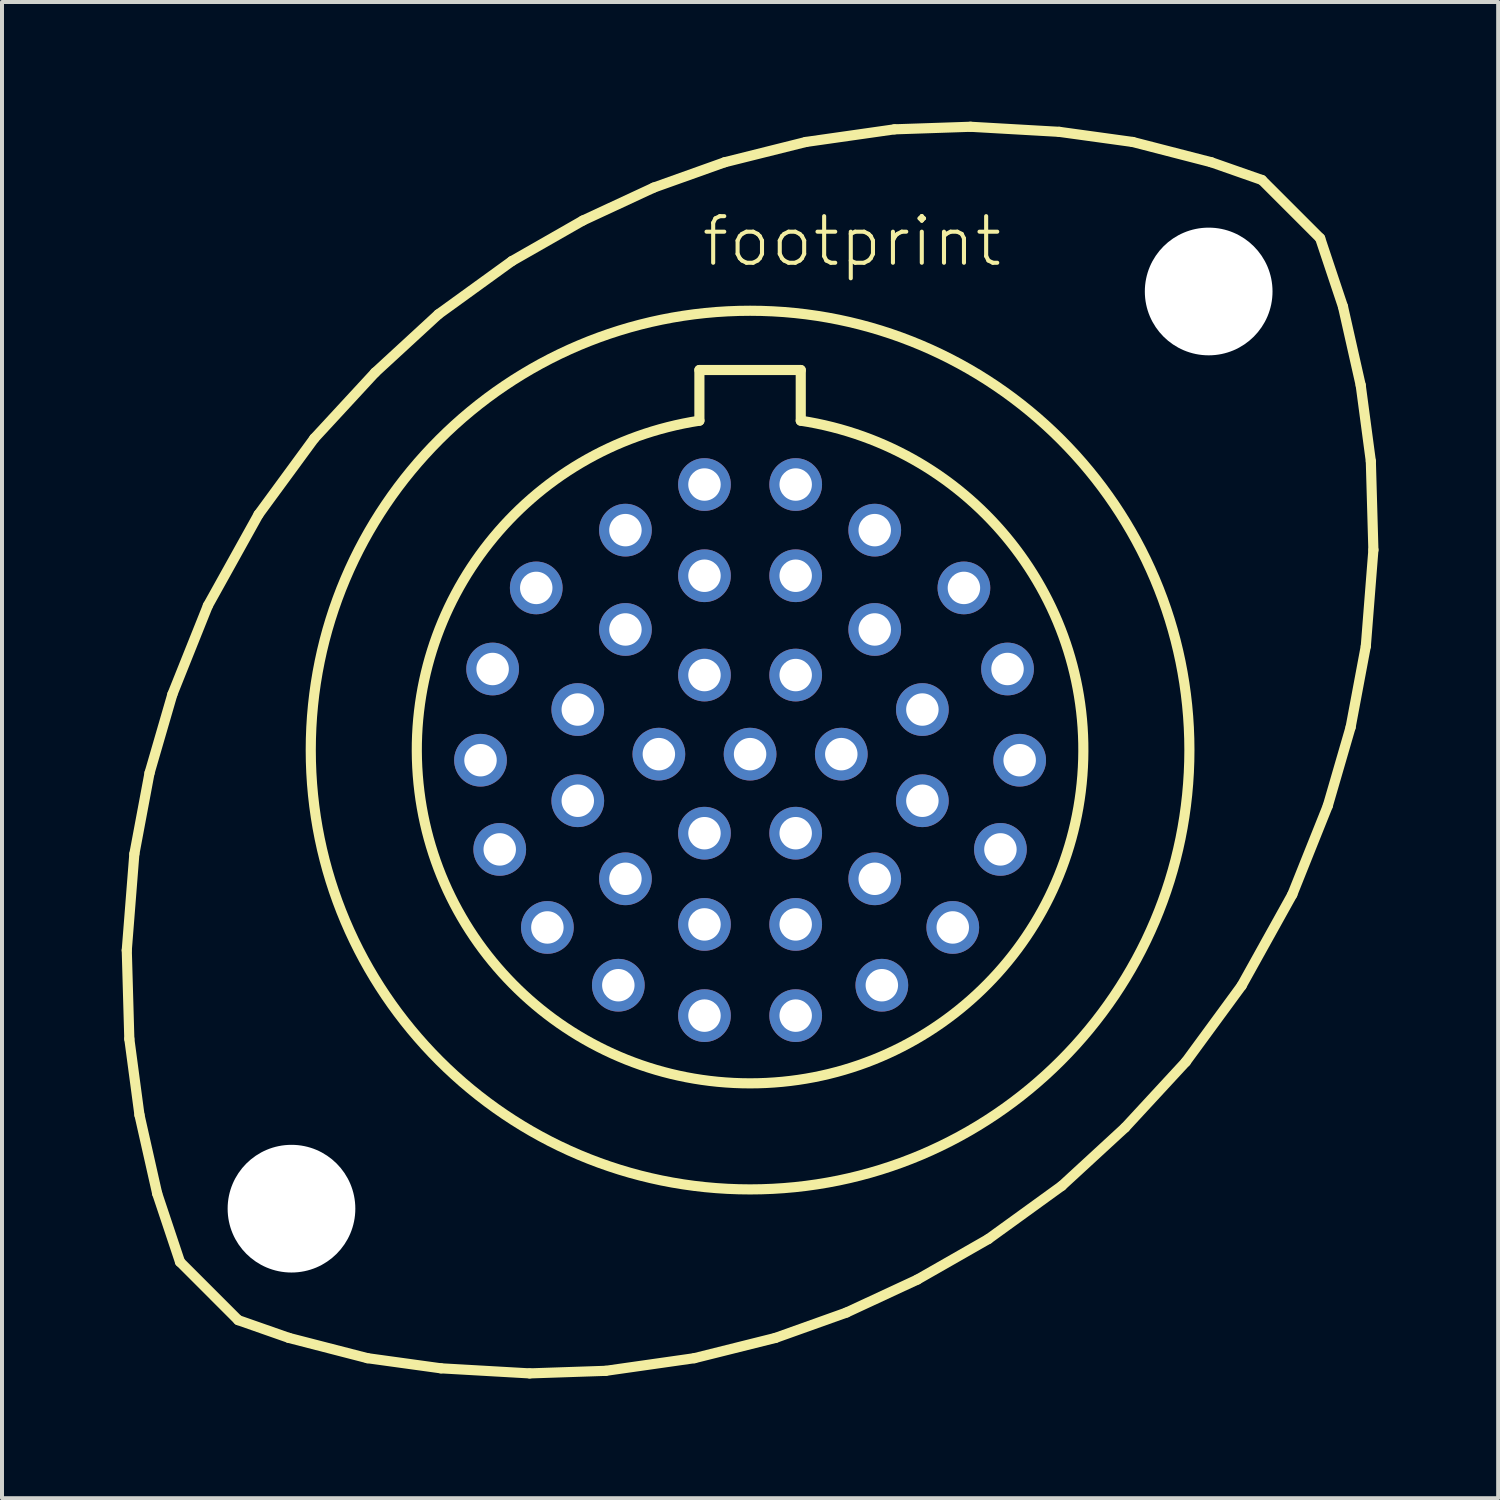
<source format=kicad_pcb>
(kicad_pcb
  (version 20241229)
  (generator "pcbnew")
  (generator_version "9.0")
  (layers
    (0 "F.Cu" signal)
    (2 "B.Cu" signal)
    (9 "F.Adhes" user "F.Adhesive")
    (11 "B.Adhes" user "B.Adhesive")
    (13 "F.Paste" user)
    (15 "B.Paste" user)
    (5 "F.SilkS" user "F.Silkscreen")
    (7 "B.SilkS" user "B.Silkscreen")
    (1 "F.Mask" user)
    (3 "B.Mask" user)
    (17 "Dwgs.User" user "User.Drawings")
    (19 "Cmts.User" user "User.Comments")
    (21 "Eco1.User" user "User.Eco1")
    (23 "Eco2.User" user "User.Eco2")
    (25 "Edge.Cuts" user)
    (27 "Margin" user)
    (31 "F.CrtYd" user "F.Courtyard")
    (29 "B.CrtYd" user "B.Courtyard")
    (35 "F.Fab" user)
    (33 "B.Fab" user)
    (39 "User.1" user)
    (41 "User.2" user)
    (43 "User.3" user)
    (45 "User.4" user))
  (footprint "footprint"
    (layer "F.Cu")
    (at 15.748 15.748)
    (property "Reference" "footprint" (at -1.27 -12.065 0) (layer "F.SilkS") (effects (font (size 1.168 1.168) (thickness 0.102)) (justify left bottom)))
    (fp_line (start -15.621 5.016) (end -15.431 2.603) (stroke (width 0.254) (type solid)) (layer "F.SilkS"))
    (fp_line (start -15.557 7.239) (end -15.621 5.016) (stroke (width 0.254) (type solid)) (layer "F.SilkS"))
    (fp_line (start -15.431 2.603) (end -15.05 0.572) (stroke (width 0.254) (type solid)) (layer "F.SilkS"))
    (fp_line (start -15.303 9.144) (end -15.557 7.239) (stroke (width 0.254) (type solid)) (layer "F.SilkS"))
    (fp_line (start -15.05 0.572) (end -14.478 -1.397) (stroke (width 0.254) (type solid)) (layer "F.SilkS"))
    (fp_line (start -14.859 11.113) (end -15.303 9.144) (stroke (width 0.254) (type solid)) (layer "F.SilkS"))
    (fp_line (start -14.478 -1.397) (end -13.589 -3.619) (stroke (width 0.254) (type solid)) (layer "F.SilkS"))
    (fp_line (start -14.287 12.827) (end -14.859 11.113) (stroke (width 0.254) (type solid)) (layer "F.SilkS"))
    (fp_line (start -14.287 12.827) (end -12.827 14.287) (stroke (width 0.254) (type solid)) (layer "F.SilkS"))
    (fp_line (start -13.589 -3.619) (end -12.319 -5.905) (stroke (width 0.254) (type solid)) (layer "F.SilkS"))
    (fp_line (start -12.319 -5.905) (end -10.922 -7.811) (stroke (width 0.254) (type solid)) (layer "F.SilkS"))
    (fp_line (start -11.557 14.732) (end -12.827 14.287) (stroke (width 0.254) (type solid)) (layer "F.SilkS"))
    (fp_line (start -10.922 -7.811) (end -9.398 -9.461) (stroke (width 0.254) (type solid)) (layer "F.SilkS"))
    (fp_line (start -9.588 15.24) (end -11.557 14.732) (stroke (width 0.254) (type solid)) (layer "F.SilkS"))
    (fp_line (start -9.398 -9.461) (end -7.811 -10.922) (stroke (width 0.254) (type solid)) (layer "F.SilkS"))
    (fp_line (start -7.811 -10.922) (end -5.969 -12.255) (stroke (width 0.254) (type solid)) (layer "F.SilkS"))
    (fp_line (start -7.747 15.494) (end -9.588 15.24) (stroke (width 0.254) (type solid)) (layer "F.SilkS"))
    (fp_line (start -5.969 -12.255) (end -4.191 -13.271) (stroke (width 0.254) (type solid)) (layer "F.SilkS"))
    (fp_line (start -5.524 15.621) (end -7.747 15.494) (stroke (width 0.254) (type solid)) (layer "F.SilkS"))
    (fp_line (start -4.191 -13.271) (end -2.413 -14.097) (stroke (width 0.254) (type solid)) (layer "F.SilkS"))
    (fp_line (start -3.619 15.557) (end -5.524 15.621) (stroke (width 0.254) (type solid)) (layer "F.SilkS"))
    (fp_line (start -2.413 -14.097) (end -0.635 -14.732) (stroke (width 0.254) (type solid)) (layer "F.SilkS"))
    (fp_line (start -1.397 15.24) (end -3.619 15.557) (stroke (width 0.254) (type solid)) (layer "F.SilkS"))
    (fp_line (start -1.27 -9.525) (end 1.27 -9.525) (stroke (width 0.254) (type solid)) (layer "F.SilkS"))
    (fp_line (start -1.27 -8.255) (end -1.27 -9.525) (stroke (width 0.254) (type solid)) (layer "F.SilkS"))
    (fp_line (start -0.635 -14.732) (end 1.397 -15.24) (stroke (width 0.254) (type solid)) (layer "F.SilkS"))
    (fp_line (start 0.635 14.732) (end -1.397 15.24) (stroke (width 0.254) (type solid)) (layer "F.SilkS"))
    (fp_line (start 1.27 -9.525) (end 1.27 -8.255) (stroke (width 0.254) (type solid)) (layer "F.SilkS"))
    (fp_line (start 1.397 -15.24) (end 3.619 -15.557) (stroke (width 0.254) (type solid)) (layer "F.SilkS"))
    (fp_line (start 2.413 14.097) (end 0.635 14.732) (stroke (width 0.254) (type solid)) (layer "F.SilkS"))
    (fp_line (start 3.619 -15.557) (end 5.524 -15.621) (stroke (width 0.254) (type solid)) (layer "F.SilkS"))
    (fp_line (start 4.191 13.271) (end 2.413 14.097) (stroke (width 0.254) (type solid)) (layer "F.SilkS"))
    (fp_line (start 5.524 -15.621) (end 7.747 -15.494) (stroke (width 0.254) (type solid)) (layer "F.SilkS"))
    (fp_line (start 5.969 12.255) (end 4.191 13.271) (stroke (width 0.254) (type solid)) (layer "F.SilkS"))
    (fp_line (start 7.747 -15.494) (end 9.588 -15.24) (stroke (width 0.254) (type solid)) (layer "F.SilkS"))
    (fp_line (start 7.811 10.922) (end 5.969 12.255) (stroke (width 0.254) (type solid)) (layer "F.SilkS"))
    (fp_line (start 9.398 9.461) (end 7.811 10.922) (stroke (width 0.254) (type solid)) (layer "F.SilkS"))
    (fp_line (start 9.588 -15.24) (end 11.557 -14.732) (stroke (width 0.254) (type solid)) (layer "F.SilkS"))
    (fp_line (start 10.922 7.811) (end 9.398 9.461) (stroke (width 0.254) (type solid)) (layer "F.SilkS"))
    (fp_line (start 11.557 -14.732) (end 12.827 -14.287) (stroke (width 0.254) (type solid)) (layer "F.SilkS"))
    (fp_line (start 12.319 5.905) (end 10.922 7.811) (stroke (width 0.254) (type solid)) (layer "F.SilkS"))
    (fp_line (start 12.827 -14.287) (end 14.287 -12.827) (stroke (width 0.254) (type solid)) (layer "F.SilkS"))
    (fp_line (start 13.589 3.619) (end 12.319 5.905) (stroke (width 0.254) (type solid)) (layer "F.SilkS"))
    (fp_line (start 14.287 -12.827) (end 14.859 -11.113) (stroke (width 0.254) (type solid)) (layer "F.SilkS"))
    (fp_line (start 14.478 1.397) (end 13.589 3.619) (stroke (width 0.254) (type solid)) (layer "F.SilkS"))
    (fp_line (start 14.859 -11.113) (end 15.303 -9.144) (stroke (width 0.254) (type solid)) (layer "F.SilkS"))
    (fp_line (start 15.05 -0.572) (end 14.478 1.397) (stroke (width 0.254) (type solid)) (layer "F.SilkS"))
    (fp_line (start 15.303 -9.144) (end 15.557 -7.239) (stroke (width 0.254) (type solid)) (layer "F.SilkS"))
    (fp_line (start 15.431 -2.603) (end 15.05 -0.572) (stroke (width 0.254) (type solid)) (layer "F.SilkS"))
    (fp_line (start 15.557 -7.239) (end 15.621 -5.016) (stroke (width 0.254) (type solid)) (layer "F.SilkS"))
    (fp_line (start 15.621 -5.016) (end 15.431 -2.603) (stroke (width 0.254) (type solid)) (layer "F.SilkS"))
    (fp_arc (start 1.27 -8.255) (mid 0 8.352121) (end -1.27 -8.255) (stroke (width 0.254) (type solid)) (layer "F.SilkS"))
    (fp_circle (center 0 0) (end 11.01 0) (stroke (width 0.254) (type solid)) (fill no) (layer "F.SilkS"))
    (pad "" np_thru_hole circle (at -11.493 11.493) (size 3.2 3.2) (drill 3.2) (layers "*.Cu" "*.Mask"))
    (pad "" np_thru_hole circle (at 11.493 -11.493) (size 3.2 3.2) (drill 3.2) (layers "*.Cu" "*.Mask"))
    (pad "1" thru_hole circle (at 1.143 -6.655) (size 1.321 1.321) (drill 0.813) (layers "*.Cu" "*.Mask"))
    (pad "2" thru_hole circle (at 3.124 -5.512) (size 1.321 1.321) (drill 0.813) (layers "*.Cu" "*.Mask"))
    (pad "3" thru_hole circle (at 5.359 -4.064) (size 1.321 1.321) (drill 0.813) (layers "*.Cu" "*.Mask"))
    (pad "4" thru_hole circle (at 6.452 -2.032) (size 1.321 1.321) (drill 0.813) (layers "*.Cu" "*.Mask"))
    (pad "5" thru_hole circle (at 6.756 0.254) (size 1.321 1.321) (drill 0.813) (layers "*.Cu" "*.Mask"))
    (pad "6" thru_hole circle (at 6.274 2.489) (size 1.321 1.321) (drill 0.813) (layers "*.Cu" "*.Mask"))
    (pad "7" thru_hole circle (at 5.08 4.445) (size 1.321 1.321) (drill 0.813) (layers "*.Cu" "*.Mask"))
    (pad "8" thru_hole circle (at 3.302 5.893) (size 1.321 1.321) (drill 0.813) (layers "*.Cu" "*.Mask"))
    (pad "9" thru_hole circle (at 1.143 6.655) (size 1.321 1.321) (drill 0.813) (layers "*.Cu" "*.Mask"))
    (pad "10" thru_hole circle (at -1.143 6.655) (size 1.321 1.321) (drill 0.813) (layers "*.Cu" "*.Mask"))
    (pad "11" thru_hole circle (at -3.302 5.893) (size 1.321 1.321) (drill 0.813) (layers "*.Cu" "*.Mask"))
    (pad "12" thru_hole circle (at -5.08 4.445) (size 1.321 1.321) (drill 0.813) (layers "*.Cu" "*.Mask"))
    (pad "13" thru_hole circle (at -6.274 2.489) (size 1.321 1.321) (drill 0.813) (layers "*.Cu" "*.Mask"))
    (pad "14" thru_hole circle (at -6.756 0.254) (size 1.321 1.321) (drill 0.813) (layers "*.Cu" "*.Mask"))
    (pad "15" thru_hole circle (at -6.452 -2.032) (size 1.321 1.321) (drill 0.813) (layers "*.Cu" "*.Mask"))
    (pad "16" thru_hole circle (at -5.359 -4.064) (size 1.321 1.321) (drill 0.813) (layers "*.Cu" "*.Mask"))
    (pad "17" thru_hole circle (at -3.124 -5.512) (size 1.321 1.321) (drill 0.813) (layers "*.Cu" "*.Mask"))
    (pad "18" thru_hole circle (at -1.143 -6.655) (size 1.321 1.321) (drill 0.813) (layers "*.Cu" "*.Mask"))
    (pad "19" thru_hole circle (at 1.143 -4.369) (size 1.321 1.321) (drill 0.813) (layers "*.Cu" "*.Mask"))
    (pad "20" thru_hole circle (at 3.124 -3.023) (size 1.321 1.321) (drill 0.813) (layers "*.Cu" "*.Mask"))
    (pad "21" thru_hole circle (at 4.318 -1.016) (size 1.321 1.321) (drill 0.813) (layers "*.Cu" "*.Mask"))
    (pad "22" thru_hole circle (at 4.318 1.27) (size 1.321 1.321) (drill 0.813) (layers "*.Cu" "*.Mask"))
    (pad "23" thru_hole circle (at 3.124 3.226) (size 1.321 1.321) (drill 0.813) (layers "*.Cu" "*.Mask"))
    (pad "24" thru_hole circle (at 1.143 4.369) (size 1.321 1.321) (drill 0.813) (layers "*.Cu" "*.Mask"))
    (pad "25" thru_hole circle (at -1.143 4.369) (size 1.321 1.321) (drill 0.813) (layers "*.Cu" "*.Mask"))
    (pad "26" thru_hole circle (at -3.124 3.226) (size 1.321 1.321) (drill 0.813) (layers "*.Cu" "*.Mask"))
    (pad "27" thru_hole circle (at -4.318 1.27) (size 1.321 1.321) (drill 0.813) (layers "*.Cu" "*.Mask"))
    (pad "28" thru_hole circle (at -4.318 -1.016) (size 1.321 1.321) (drill 0.813) (layers "*.Cu" "*.Mask"))
    (pad "29" thru_hole circle (at -3.124 -3.023) (size 1.321 1.321) (drill 0.813) (layers "*.Cu" "*.Mask"))
    (pad "30" thru_hole circle (at -1.143 -4.369) (size 1.321 1.321) (drill 0.813) (layers "*.Cu" "*.Mask"))
    (pad "31" thru_hole circle (at 1.143 -1.88) (size 1.321 1.321) (drill 0.813) (layers "*.Cu" "*.Mask"))
    (pad "32" thru_hole circle (at 2.286 0.102) (size 1.321 1.321) (drill 0.813) (layers "*.Cu" "*.Mask"))
    (pad "33" thru_hole circle (at 1.143 2.083) (size 1.321 1.321) (drill 0.813) (layers "*.Cu" "*.Mask"))
    (pad "34" thru_hole circle (at -1.143 2.083) (size 1.321 1.321) (drill 0.813) (layers "*.Cu" "*.Mask"))
    (pad "35" thru_hole circle (at -2.286 0.102) (size 1.321 1.321) (drill 0.813) (layers "*.Cu" "*.Mask"))
    (pad "36" thru_hole circle (at -1.143 -1.88) (size 1.321 1.321) (drill 0.813) (layers "*.Cu" "*.Mask"))
    (pad "37" thru_hole circle (at 0 0.102) (size 1.321 1.321) (drill 0.813) (layers "*.Cu" "*.Mask")))
  (gr_rect
    (start -3 -3)
    (end 34.496 34.496)
    (stroke (width 0.1) (type default))
    (fill no)
    (layer "Edge.Cuts")))
</source>
